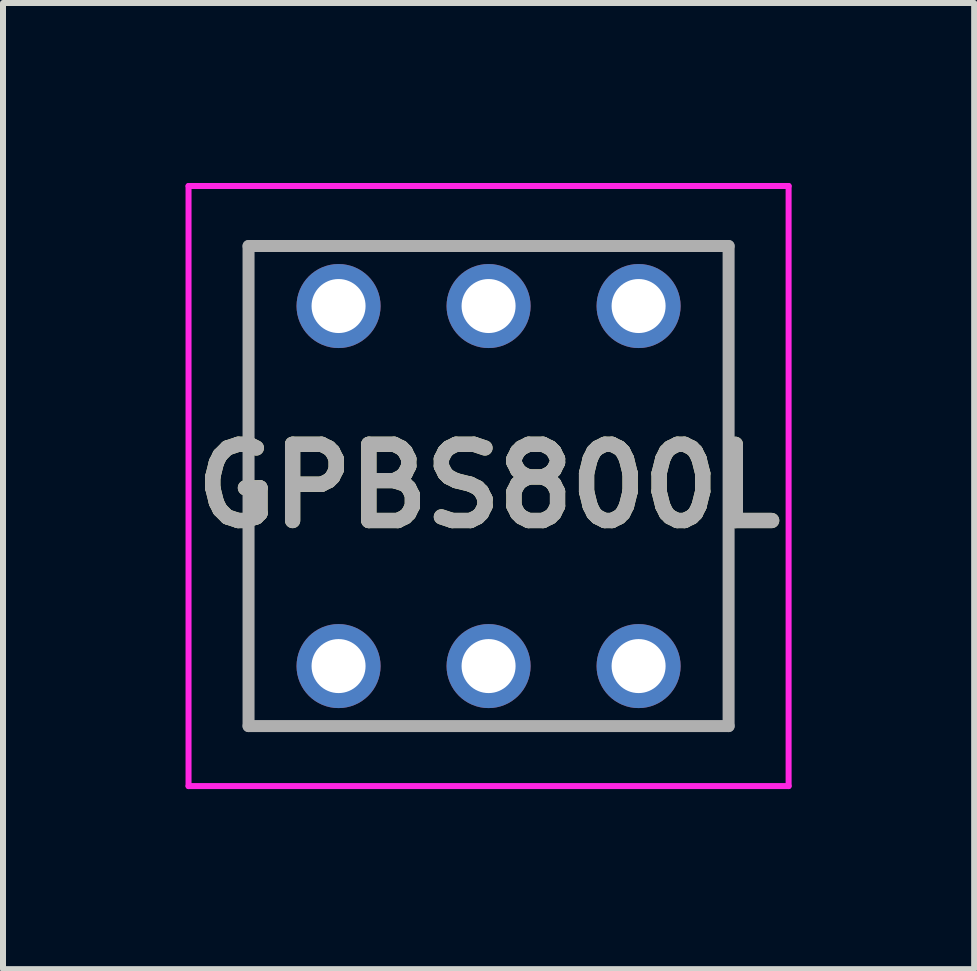
<source format=kicad_pcb>
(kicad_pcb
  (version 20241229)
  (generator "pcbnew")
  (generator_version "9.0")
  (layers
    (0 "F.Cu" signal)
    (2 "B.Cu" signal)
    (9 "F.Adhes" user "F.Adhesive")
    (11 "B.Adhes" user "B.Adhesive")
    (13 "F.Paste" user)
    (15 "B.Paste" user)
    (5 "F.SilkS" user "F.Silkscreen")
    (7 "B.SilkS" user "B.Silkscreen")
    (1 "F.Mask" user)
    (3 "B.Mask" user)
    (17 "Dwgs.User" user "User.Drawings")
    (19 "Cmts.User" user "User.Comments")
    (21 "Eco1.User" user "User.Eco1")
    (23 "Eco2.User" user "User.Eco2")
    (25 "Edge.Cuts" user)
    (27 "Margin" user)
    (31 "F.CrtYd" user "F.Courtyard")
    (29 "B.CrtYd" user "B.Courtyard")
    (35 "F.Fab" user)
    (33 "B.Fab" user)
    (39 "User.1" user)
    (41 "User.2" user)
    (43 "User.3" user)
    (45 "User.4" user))
  (footprint "GPBS800L"
    (layer "F.Cu")
    (at 5.092 5.05)
    (property "Reference" "GPBS800L" (at 0 0 0) (layer "F.SilkS") (effects (font (size 1.27 1.27) (thickness 0.254))))
    (attr through_hole)
    (fp_line (start -4 -4) (end 4 -4) (stroke (width 0.1) (type solid)) (layer "F.SilkS"))
    (fp_line (start -4 4) (end -4 -4) (stroke (width 0.1) (type solid)) (layer "F.SilkS"))
    (fp_line (start 4 -4) (end 4 4) (stroke (width 0.1) (type solid)) (layer "F.SilkS"))
    (fp_line (start 4 4) (end -4 4) (stroke (width 0.1) (type solid)) (layer "F.SilkS"))
    (fp_line (start -5 -5) (end 5 -5) (stroke (width 0.1) (type solid)) (layer "F.CrtYd"))
    (fp_line (start -5 5) (end -5 -5) (stroke (width 0.1) (type solid)) (layer "F.CrtYd"))
    (fp_line (start 5 -5) (end 5 5) (stroke (width 0.1) (type solid)) (layer "F.CrtYd"))
    (fp_line (start 5 5) (end -5 5) (stroke (width 0.1) (type solid)) (layer "F.CrtYd"))
    (fp_line (start -4 -4) (end 4 -4) (stroke (width 0.2) (type solid)) (layer "F.Fab"))
    (fp_line (start -4 4) (end -4 -4) (stroke (width 0.2) (type solid)) (layer "F.Fab"))
    (fp_line (start 4 -4) (end 4 4) (stroke (width 0.2) (type solid)) (layer "F.Fab"))
    (fp_line (start 4 4) (end -4 4) (stroke (width 0.2) (type solid)) (layer "F.Fab"))
    (fp_text user "${REFERENCE}" (at 0 0 0) (layer "F.Fab") (effects (font (size 1.27 1.27) (thickness 0.254))))
    (pad "1" thru_hole circle (at -2.5 3) (size 1.4 1.4) (drill 0.9) (layers "*.Cu" "*.Mask"))
    (pad "2" thru_hole circle (at 0 3) (size 1.4 1.4) (drill 0.9) (layers "*.Cu" "*.Mask"))
    (pad "3" thru_hole circle (at 2.5 3) (size 1.4 1.4) (drill 0.9) (layers "*.Cu" "*.Mask"))
    (pad "4" thru_hole circle (at -2.5 -3) (size 1.4 1.4) (drill 0.9) (layers "*.Cu" "*.Mask"))
    (pad "5" thru_hole circle (at 0 -3) (size 1.4 1.4) (drill 0.9) (layers "*.Cu" "*.Mask"))
    (pad "6" thru_hole circle (at 2.5 -3) (size 1.4 1.4) (drill 0.9) (layers "*.Cu" "*.Mask")))
  (gr_rect
    (start -3 -3)
    (end 13.184 13.1)
    (stroke (width 0.1) (type default))
    (fill no)
    (layer "Edge.Cuts")))
</source>
